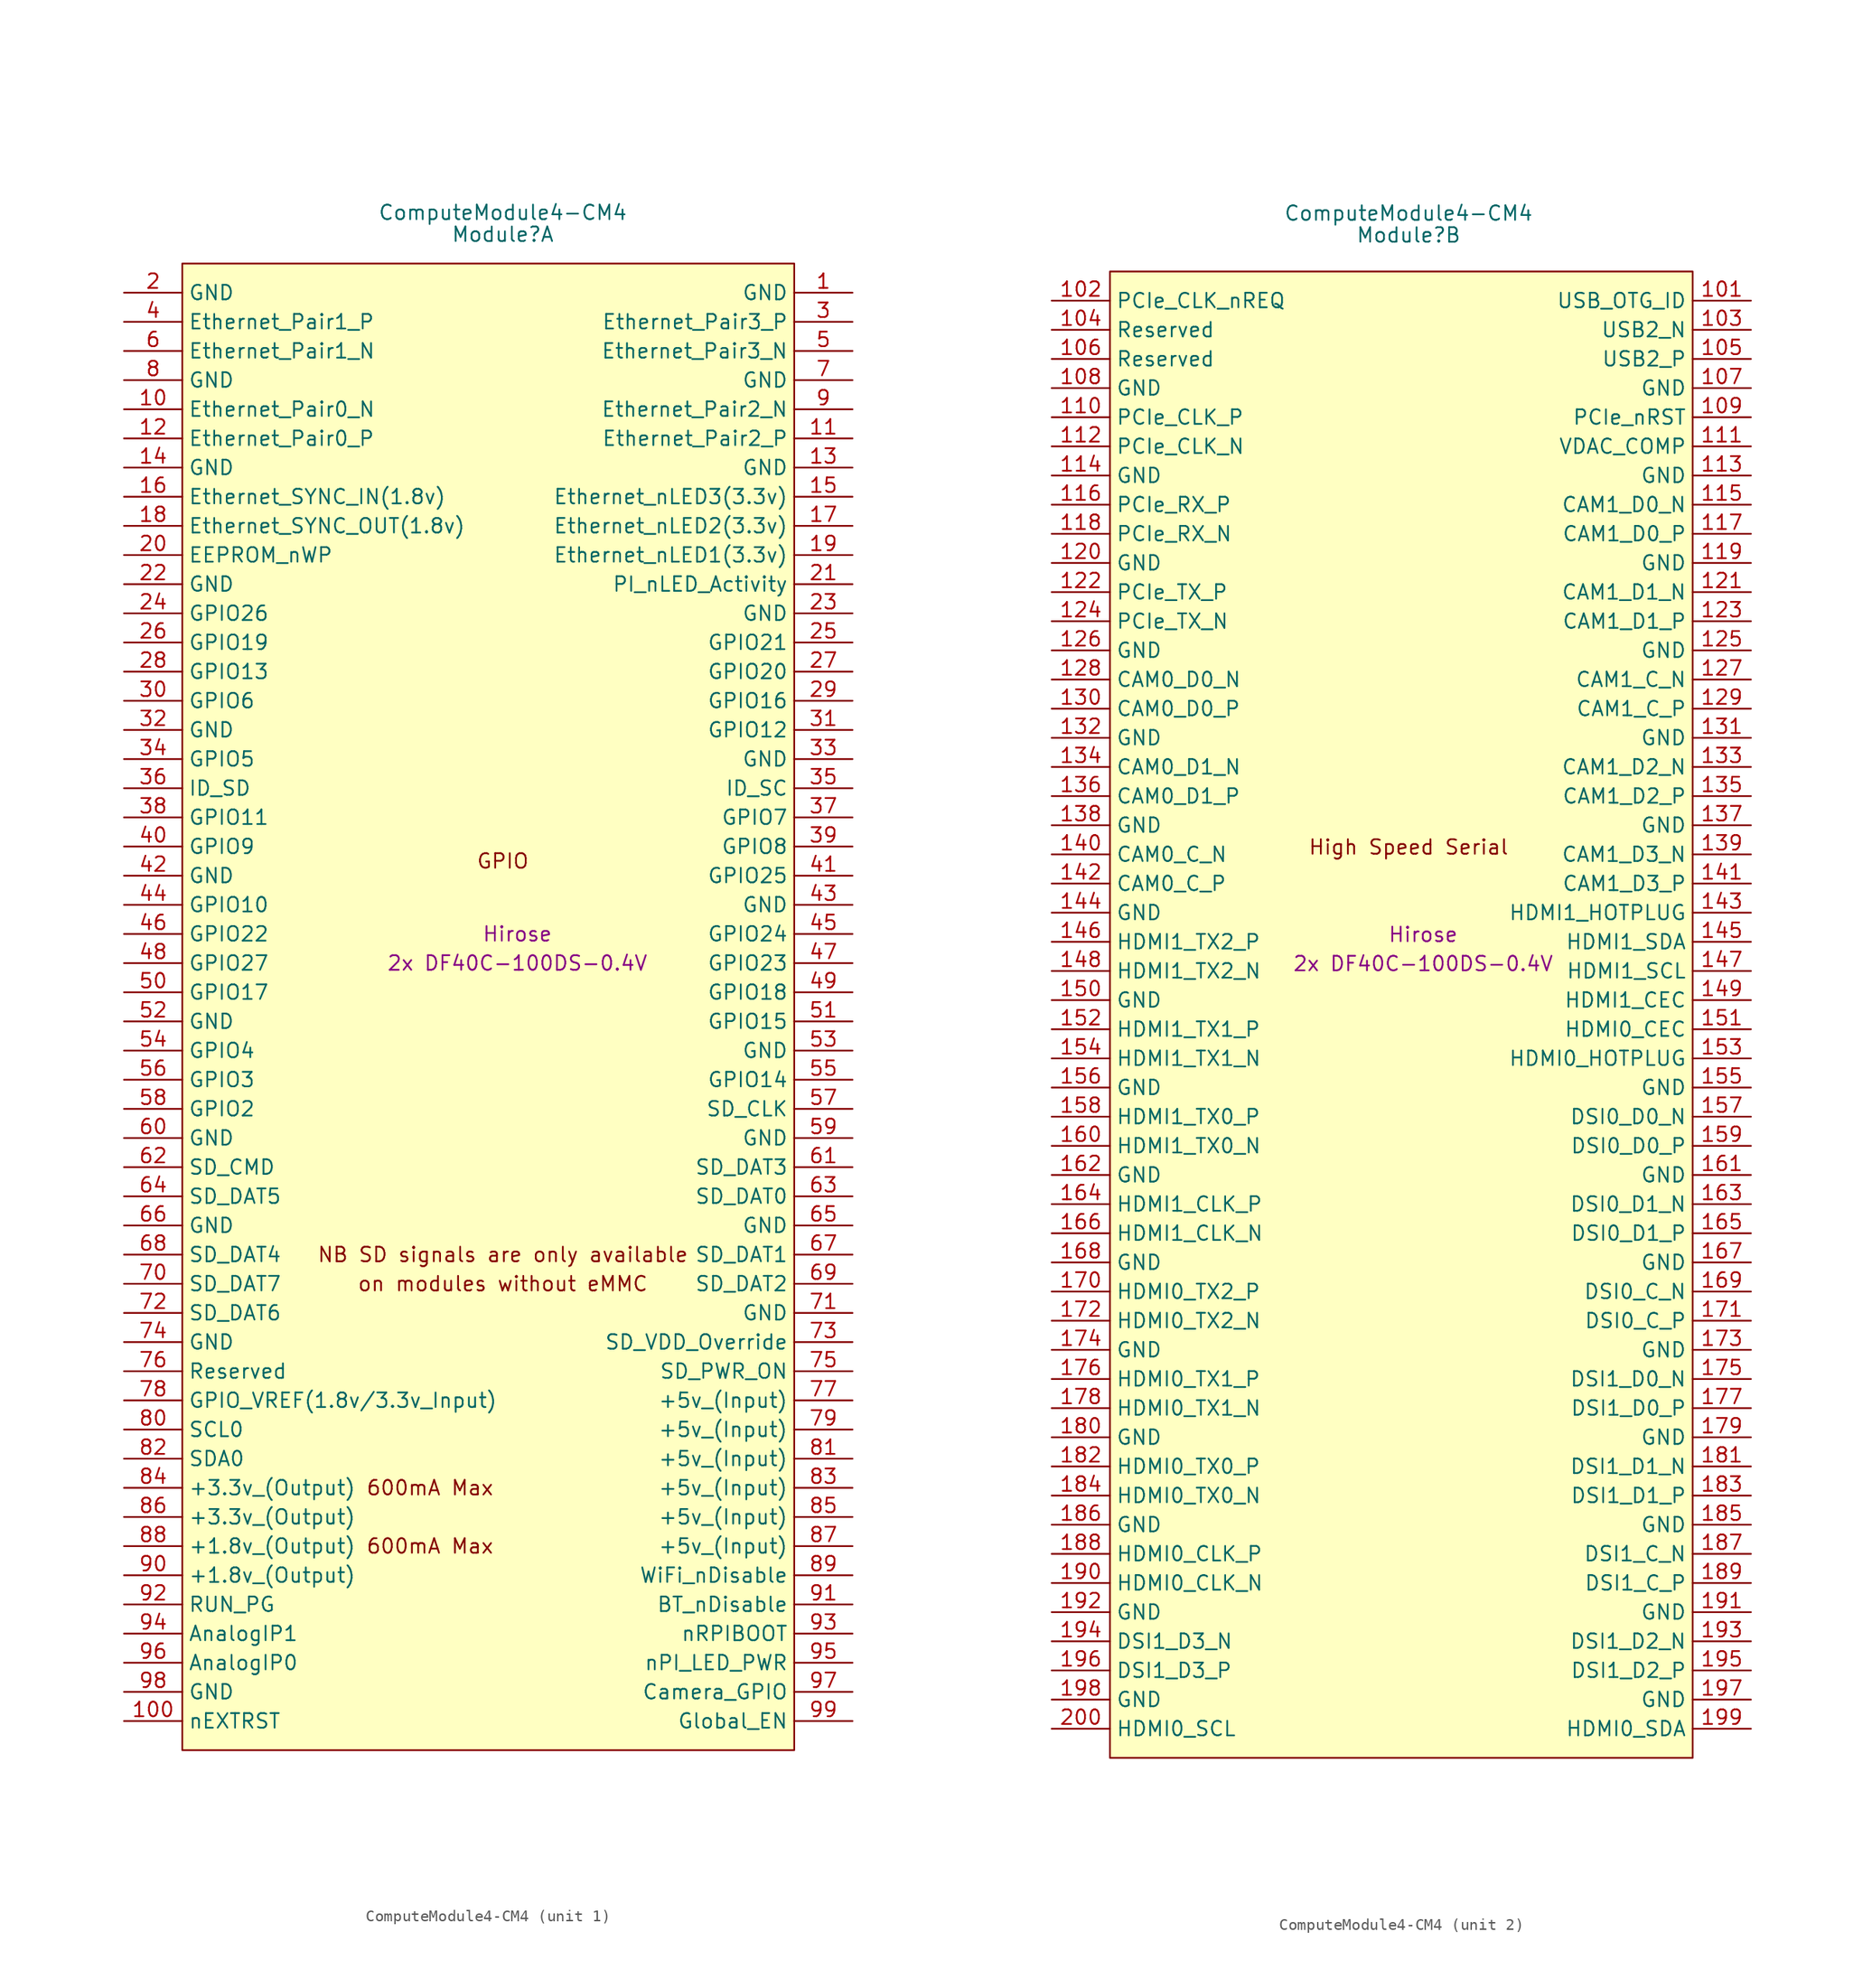
<source format=kicad_sym>
(kicad_symbol_lib
  (version 20201005)
  (generator kicad_symbol_editor)
  (symbol "CM4IO:ComputeModule4-CM4"
    (property "Reference" "Module"
      (at 0 60.96 0)
      (effects (font (size 1.27 1.27))))
    (property "Value" "ComputeModule4-CM4"
      (at 0 62.865 0)
      (effects (font (size 1.27 1.27))))
    (property "Field4" "Hirose"
      (at 1.27 0 0)
      (effects (font (size 1.27 1.27))))
    (property "Field5" "2x DF40C-100DS-0.4V"
      (at 1.27 -2.54 0)
      (effects (font (size 1.27 1.27))))
    (symbol "ComputeModule4-CM4_1_0"
      (text "GPIO" (at 0 6.35 0) (effects (font (size 1.27 1.27)))))
    (symbol "ComputeModule4-CM4_1_1"
      (text "600mA Max" (at -6.35 -53.34 0) (effects (font (size 1.27 1.27))))
      (text "600mA Max" (at -6.35 -48.26 0) (effects (font (size 1.27 1.27))))
      (text "NB SD signals are only available" (at 0 -27.94 0) (effects (font (size 1.27 1.27))))
      (text "on modules without eMMC" (at 0 -30.48 0) (effects (font (size 1.27 1.27))))
      (rectangle (start -27.94 58.42) (end 25.4 -71.12) (stroke (width 0)) (fill (type background)))
      (pin power_in line (at 30.48 55.88 180) (length 5.08) (name "GND" (effects (font (size 1.27 1.27)))) (number "1" (effects (font (size 1.27 1.27)))))
      (pin passive line (at -33.02 45.72 0) (length 5.08) (name "Ethernet_Pair0_N" (effects (font (size 1.27 1.27)))) (number "10" (effects (font (size 1.27 1.27)))))
      (pin output line (at -33.02 -68.58 0) (length 5.08) (name "nEXTRST" (effects (font (size 1.27 1.27)))) (number "100" (effects (font (size 1.27 1.27)))))
      (pin passive line (at 30.48 43.18 180) (length 5.08) (name "Ethernet_Pair2_P" (effects (font (size 1.27 1.27)))) (number "11" (effects (font (size 1.27 1.27)))))
      (pin passive line (at -33.02 43.18 0) (length 5.08) (name "Ethernet_Pair0_P" (effects (font (size 1.27 1.27)))) (number "12" (effects (font (size 1.27 1.27)))))
      (pin power_in line (at 30.48 40.64 180) (length 5.08) (name "GND" (effects (font (size 1.27 1.27)))) (number "13" (effects (font (size 1.27 1.27)))))
      (pin power_in line (at -33.02 40.64 0) (length 5.08) (name "GND" (effects (font (size 1.27 1.27)))) (number "14" (effects (font (size 1.27 1.27)))))
      (pin output line (at 30.48 38.1 180) (length 5.08) (name "Ethernet_nLED3(3.3v)" (effects (font (size 1.27 1.27)))) (number "15" (effects (font (size 1.27 1.27)))))
      (pin input line (at -33.02 38.1 0) (length 5.08) (name "Ethernet_SYNC_IN(1.8v)" (effects (font (size 1.27 1.27)))) (number "16" (effects (font (size 1.27 1.27)))))
      (pin output line (at 30.48 35.56 180) (length 5.08) (name "Ethernet_nLED2(3.3v)" (effects (font (size 1.27 1.27)))) (number "17" (effects (font (size 1.27 1.27)))))
      (pin input line (at -33.02 35.56 0) (length 5.08) (name "Ethernet_SYNC_OUT(1.8v)" (effects (font (size 1.27 1.27)))) (number "18" (effects (font (size 1.27 1.27)))))
      (pin output line (at 30.48 33.02 180) (length 5.08) (name "Ethernet_nLED1(3.3v)" (effects (font (size 1.27 1.27)))) (number "19" (effects (font (size 1.27 1.27)))))
      (pin power_in line (at -33.02 55.88 0) (length 5.08) (name "GND" (effects (font (size 1.27 1.27)))) (number "2" (effects (font (size 1.27 1.27)))))
      (pin passive line (at -33.02 33.02 0) (length 5.08) (name "EEPROM_nWP" (effects (font (size 1.27 1.27)))) (number "20" (effects (font (size 1.27 1.27)))))
      (pin open_collector line (at 30.48 30.48 180) (length 5.08) (name "PI_nLED_Activity" (effects (font (size 1.27 1.27)))) (number "21" (effects (font (size 1.27 1.27)))))
      (pin power_in line (at -33.02 30.48 0) (length 5.08) (name "GND" (effects (font (size 1.27 1.27)))) (number "22" (effects (font (size 1.27 1.27)))))
      (pin power_in line (at 30.48 27.94 180) (length 5.08) (name "GND" (effects (font (size 1.27 1.27)))) (number "23" (effects (font (size 1.27 1.27)))))
      (pin passive line (at -33.02 27.94 0) (length 5.08) (name "GPIO26" (effects (font (size 1.27 1.27)))) (number "24" (effects (font (size 1.27 1.27)))))
      (pin passive line (at 30.48 25.4 180) (length 5.08) (name "GPIO21" (effects (font (size 1.27 1.27)))) (number "25" (effects (font (size 1.27 1.27)))))
      (pin passive line (at -33.02 25.4 0) (length 5.08) (name "GPIO19" (effects (font (size 1.27 1.27)))) (number "26" (effects (font (size 1.27 1.27)))))
      (pin passive line (at 30.48 22.86 180) (length 5.08) (name "GPIO20" (effects (font (size 1.27 1.27)))) (number "27" (effects (font (size 1.27 1.27)))))
      (pin passive line (at -33.02 22.86 0) (length 5.08) (name "GPIO13" (effects (font (size 1.27 1.27)))) (number "28" (effects (font (size 1.27 1.27)))))
      (pin passive line (at 30.48 20.32 180) (length 5.08) (name "GPIO16" (effects (font (size 1.27 1.27)))) (number "29" (effects (font (size 1.27 1.27)))))
      (pin passive line (at 30.48 53.34 180) (length 5.08) (name "Ethernet_Pair3_P" (effects (font (size 1.27 1.27)))) (number "3" (effects (font (size 1.27 1.27)))))
      (pin passive line (at -33.02 20.32 0) (length 5.08) (name "GPIO6" (effects (font (size 1.27 1.27)))) (number "30" (effects (font (size 1.27 1.27)))))
      (pin passive line (at 30.48 17.78 180) (length 5.08) (name "GPIO12" (effects (font (size 1.27 1.27)))) (number "31" (effects (font (size 1.27 1.27)))))
      (pin power_in line (at -33.02 17.78 0) (length 5.08) (name "GND" (effects (font (size 1.27 1.27)))) (number "32" (effects (font (size 1.27 1.27)))))
      (pin power_in line (at 30.48 15.24 180) (length 5.08) (name "GND" (effects (font (size 1.27 1.27)))) (number "33" (effects (font (size 1.27 1.27)))))
      (pin passive line (at -33.02 15.24 0) (length 5.08) (name "GPIO5" (effects (font (size 1.27 1.27)))) (number "34" (effects (font (size 1.27 1.27)))))
      (pin passive line (at 30.48 12.7 180) (length 5.08) (name "ID_SC" (effects (font (size 1.27 1.27)))) (number "35" (effects (font (size 1.27 1.27)))))
      (pin passive line (at -33.02 12.7 0) (length 5.08) (name "ID_SD" (effects (font (size 1.27 1.27)))) (number "36" (effects (font (size 1.27 1.27)))))
      (pin passive line (at 30.48 10.16 180) (length 5.08) (name "GPIO7" (effects (font (size 1.27 1.27)))) (number "37" (effects (font (size 1.27 1.27)))))
      (pin passive line (at -33.02 10.16 0) (length 5.08) (name "GPIO11" (effects (font (size 1.27 1.27)))) (number "38" (effects (font (size 1.27 1.27)))))
      (pin passive line (at 30.48 7.62 180) (length 5.08) (name "GPIO8" (effects (font (size 1.27 1.27)))) (number "39" (effects (font (size 1.27 1.27)))))
      (pin passive line (at -33.02 53.34 0) (length 5.08) (name "Ethernet_Pair1_P" (effects (font (size 1.27 1.27)))) (number "4" (effects (font (size 1.27 1.27)))))
      (pin passive line (at -33.02 7.62 0) (length 5.08) (name "GPIO9" (effects (font (size 1.27 1.27)))) (number "40" (effects (font (size 1.27 1.27)))))
      (pin passive line (at 30.48 5.08 180) (length 5.08) (name "GPIO25" (effects (font (size 1.27 1.27)))) (number "41" (effects (font (size 1.27 1.27)))))
      (pin power_in line (at -33.02 5.08 0) (length 5.08) (name "GND" (effects (font (size 1.27 1.27)))) (number "42" (effects (font (size 1.27 1.27)))))
      (pin power_in line (at 30.48 2.54 180) (length 5.08) (name "GND" (effects (font (size 1.27 1.27)))) (number "43" (effects (font (size 1.27 1.27)))))
      (pin passive line (at -33.02 2.54 0) (length 5.08) (name "GPIO10" (effects (font (size 1.27 1.27)))) (number "44" (effects (font (size 1.27 1.27)))))
      (pin passive line (at 30.48 0 180) (length 5.08) (name "GPIO24" (effects (font (size 1.27 1.27)))) (number "45" (effects (font (size 1.27 1.27)))))
      (pin passive line (at -33.02 0 0) (length 5.08) (name "GPIO22" (effects (font (size 1.27 1.27)))) (number "46" (effects (font (size 1.27 1.27)))))
      (pin passive line (at 30.48 -2.54 180) (length 5.08) (name "GPIO23" (effects (font (size 1.27 1.27)))) (number "47" (effects (font (size 1.27 1.27)))))
      (pin passive line (at -33.02 -2.54 0) (length 5.08) (name "GPIO27" (effects (font (size 1.27 1.27)))) (number "48" (effects (font (size 1.27 1.27)))))
      (pin passive line (at 30.48 -5.08 180) (length 5.08) (name "GPIO18" (effects (font (size 1.27 1.27)))) (number "49" (effects (font (size 1.27 1.27)))))
      (pin passive line (at 30.48 50.8 180) (length 5.08) (name "Ethernet_Pair3_N" (effects (font (size 1.27 1.27)))) (number "5" (effects (font (size 1.27 1.27)))))
      (pin passive line (at -33.02 -5.08 0) (length 5.08) (name "GPIO17" (effects (font (size 1.27 1.27)))) (number "50" (effects (font (size 1.27 1.27)))))
      (pin passive line (at 30.48 -7.62 180) (length 5.08) (name "GPIO15" (effects (font (size 1.27 1.27)))) (number "51" (effects (font (size 1.27 1.27)))))
      (pin power_in line (at -33.02 -7.62 0) (length 5.08) (name "GND" (effects (font (size 1.27 1.27)))) (number "52" (effects (font (size 1.27 1.27)))))
      (pin power_in line (at 30.48 -10.16 180) (length 5.08) (name "GND" (effects (font (size 1.27 1.27)))) (number "53" (effects (font (size 1.27 1.27)))))
      (pin passive line (at -33.02 -10.16 0) (length 5.08) (name "GPIO4" (effects (font (size 1.27 1.27)))) (number "54" (effects (font (size 1.27 1.27)))))
      (pin passive line (at 30.48 -12.7 180) (length 5.08) (name "GPIO14" (effects (font (size 1.27 1.27)))) (number "55" (effects (font (size 1.27 1.27)))))
      (pin passive line (at -33.02 -12.7 0) (length 5.08) (name "GPIO3" (effects (font (size 1.27 1.27)))) (number "56" (effects (font (size 1.27 1.27)))))
      (pin passive line (at 30.48 -15.24 180) (length 5.08) (name "SD_CLK" (effects (font (size 1.27 1.27)))) (number "57" (effects (font (size 1.27 1.27)))))
      (pin passive line (at -33.02 -15.24 0) (length 5.08) (name "GPIO2" (effects (font (size 1.27 1.27)))) (number "58" (effects (font (size 1.27 1.27)))))
      (pin power_in line (at 30.48 -17.78 180) (length 5.08) (name "GND" (effects (font (size 1.27 1.27)))) (number "59" (effects (font (size 1.27 1.27)))))
      (pin passive line (at -33.02 50.8 0) (length 5.08) (name "Ethernet_Pair1_N" (effects (font (size 1.27 1.27)))) (number "6" (effects (font (size 1.27 1.27)))))
      (pin power_in line (at -33.02 -17.78 0) (length 5.08) (name "GND" (effects (font (size 1.27 1.27)))) (number "60" (effects (font (size 1.27 1.27)))))
      (pin passive line (at 30.48 -20.32 180) (length 5.08) (name "SD_DAT3" (effects (font (size 1.27 1.27)))) (number "61" (effects (font (size 1.27 1.27)))))
      (pin passive line (at -33.02 -20.32 0) (length 5.08) (name "SD_CMD" (effects (font (size 1.27 1.27)))) (number "62" (effects (font (size 1.27 1.27)))))
      (pin passive line (at 30.48 -22.86 180) (length 5.08) (name "SD_DAT0" (effects (font (size 1.27 1.27)))) (number "63" (effects (font (size 1.27 1.27)))))
      (pin passive line (at -33.02 -22.86 0) (length 5.08) (name "SD_DAT5" (effects (font (size 1.27 1.27)))) (number "64" (effects (font (size 1.27 1.27)))))
      (pin power_in line (at 30.48 -25.4 180) (length 5.08) (name "GND" (effects (font (size 1.27 1.27)))) (number "65" (effects (font (size 1.27 1.27)))))
      (pin power_in line (at -33.02 -25.4 0) (length 5.08) (name "GND" (effects (font (size 1.27 1.27)))) (number "66" (effects (font (size 1.27 1.27)))))
      (pin passive line (at 30.48 -27.94 180) (length 5.08) (name "SD_DAT1" (effects (font (size 1.27 1.27)))) (number "67" (effects (font (size 1.27 1.27)))))
      (pin passive line (at -33.02 -27.94 0) (length 5.08) (name "SD_DAT4" (effects (font (size 1.27 1.27)))) (number "68" (effects (font (size 1.27 1.27)))))
      (pin passive line (at 30.48 -30.48 180) (length 5.08) (name "SD_DAT2" (effects (font (size 1.27 1.27)))) (number "69" (effects (font (size 1.27 1.27)))))
      (pin power_in line (at 30.48 48.26 180) (length 5.08) (name "GND" (effects (font (size 1.27 1.27)))) (number "7" (effects (font (size 1.27 1.27)))))
      (pin passive line (at -33.02 -30.48 0) (length 5.08) (name "SD_DAT7" (effects (font (size 1.27 1.27)))) (number "70" (effects (font (size 1.27 1.27)))))
      (pin power_in line (at 30.48 -33.02 180) (length 5.08) (name "GND" (effects (font (size 1.27 1.27)))) (number "71" (effects (font (size 1.27 1.27)))))
      (pin passive line (at -33.02 -33.02 0) (length 5.08) (name "SD_DAT6" (effects (font (size 1.27 1.27)))) (number "72" (effects (font (size 1.27 1.27)))))
      (pin input line (at 30.48 -35.56 180) (length 5.08) (name "SD_VDD_Override" (effects (font (size 1.27 1.27)))) (number "73" (effects (font (size 1.27 1.27)))))
      (pin power_in line (at -33.02 -35.56 0) (length 5.08) (name "GND" (effects (font (size 1.27 1.27)))) (number "74" (effects (font (size 1.27 1.27)))))
      (pin output line (at 30.48 -38.1 180) (length 5.08) (name "SD_PWR_ON" (effects (font (size 1.27 1.27)))) (number "75" (effects (font (size 1.27 1.27)))))
      (pin passive line (at -33.02 -38.1 0) (length 5.08) (name "Reserved" (effects (font (size 1.27 1.27)))) (number "76" (effects (font (size 1.27 1.27)))))
      (pin power_in line (at 30.48 -40.64 180) (length 5.08) (name "+5v_(Input)" (effects (font (size 1.27 1.27)))) (number "77" (effects (font (size 1.27 1.27)))))
      (pin power_in line (at -33.02 -40.64 0) (length 5.08) (name "GPIO_VREF(1.8v/3.3v_Input)" (effects (font (size 1.27 1.27)))) (number "78" (effects (font (size 1.27 1.27)))))
      (pin power_in line (at 30.48 -43.18 180) (length 5.08) (name "+5v_(Input)" (effects (font (size 1.27 1.27)))) (number "79" (effects (font (size 1.27 1.27)))))
      (pin power_in line (at -33.02 48.26 0) (length 5.08) (name "GND" (effects (font (size 1.27 1.27)))) (number "8" (effects (font (size 1.27 1.27)))))
      (pin passive line (at -33.02 -43.18 0) (length 5.08) (name "SCL0" (effects (font (size 1.27 1.27)))) (number "80" (effects (font (size 1.27 1.27)))))
      (pin power_in line (at 30.48 -45.72 180) (length 5.08) (name "+5v_(Input)" (effects (font (size 1.27 1.27)))) (number "81" (effects (font (size 1.27 1.27)))))
      (pin passive line (at -33.02 -45.72 0) (length 5.08) (name "SDA0" (effects (font (size 1.27 1.27)))) (number "82" (effects (font (size 1.27 1.27)))))
      (pin power_in line (at 30.48 -48.26 180) (length 5.08) (name "+5v_(Input)" (effects (font (size 1.27 1.27)))) (number "83" (effects (font (size 1.27 1.27)))))
      (pin power_out line (at -33.02 -48.26 0) (length 5.08) (name "+3.3v_(Output)" (effects (font (size 1.27 1.27)))) (number "84" (effects (font (size 1.27 1.27)))))
      (pin power_in line (at 30.48 -50.8 180) (length 5.08) (name "+5v_(Input)" (effects (font (size 1.27 1.27)))) (number "85" (effects (font (size 1.27 1.27)))))
      (pin power_out line (at -33.02 -50.8 0) (length 5.08) (name "+3.3v_(Output)" (effects (font (size 1.27 1.27)))) (number "86" (effects (font (size 1.27 1.27)))))
      (pin power_in line (at 30.48 -53.34 180) (length 5.08) (name "+5v_(Input)" (effects (font (size 1.27 1.27)))) (number "87" (effects (font (size 1.27 1.27)))))
      (pin power_out line (at -33.02 -53.34 0) (length 5.08) (name "+1.8v_(Output)" (effects (font (size 1.27 1.27)))) (number "88" (effects (font (size 1.27 1.27)))))
      (pin power_in line (at 30.48 -55.88 180) (length 5.08) (name "WiFi_nDisable" (effects (font (size 1.27 1.27)))) (number "89" (effects (font (size 1.27 1.27)))))
      (pin passive line (at 30.48 45.72 180) (length 5.08) (name "Ethernet_Pair2_N" (effects (font (size 1.27 1.27)))) (number "9" (effects (font (size 1.27 1.27)))))
      (pin power_out line (at -33.02 -55.88 0) (length 5.08) (name "+1.8v_(Output)" (effects (font (size 1.27 1.27)))) (number "90" (effects (font (size 1.27 1.27)))))
      (pin power_in line (at 30.48 -58.42 180) (length 5.08) (name "BT_nDisable" (effects (font (size 1.27 1.27)))) (number "91" (effects (font (size 1.27 1.27)))))
      (pin passive line (at -33.02 -58.42 0) (length 5.08) (name "RUN_PG" (effects (font (size 1.27 1.27)))) (number "92" (effects (font (size 1.27 1.27)))))
      (pin input line (at 30.48 -60.96 180) (length 5.08) (name "nRPIBOOT" (effects (font (size 1.27 1.27)))) (number "93" (effects (font (size 1.27 1.27)))))
      (pin passive line (at -33.02 -60.96 0) (length 5.08) (name "AnalogIP1" (effects (font (size 1.27 1.27)))) (number "94" (effects (font (size 1.27 1.27)))))
      (pin output line (at 30.48 -63.5 180) (length 5.08) (name "nPI_LED_PWR" (effects (font (size 1.27 1.27)))) (number "95" (effects (font (size 1.27 1.27)))))
      (pin passive line (at -33.02 -63.5 0) (length 5.08) (name "AnalogIP0" (effects (font (size 1.27 1.27)))) (number "96" (effects (font (size 1.27 1.27)))))
      (pin passive line (at 30.48 -66.04 180) (length 5.08) (name "Camera_GPIO" (effects (font (size 1.27 1.27)))) (number "97" (effects (font (size 1.27 1.27)))))
      (pin power_in line (at -33.02 -66.04 0) (length 5.08) (name "GND" (effects (font (size 1.27 1.27)))) (number "98" (effects (font (size 1.27 1.27)))))
      (pin input line (at 30.48 -68.58 180) (length 5.08) (name "Global_EN" (effects (font (size 1.27 1.27)))) (number "99" (effects (font (size 1.27 1.27))))))
    (symbol "ComputeModule4-CM4_2_1"
      (text "High Speed Serial" (at 0 7.62 0) (effects (font (size 1.27 1.27))))
      (rectangle (start -26.035 -71.755) (end 24.765 57.785) (stroke (width 0)) (fill (type background)))
      (pin input line (at 29.845 55.245 180) (length 5.08) (name "USB_OTG_ID" (effects (font (size 1.27 1.27)))) (number "101" (effects (font (size 1.27 1.27)))))
      (pin input line (at -31.115 55.245 0) (length 5.08) (name "PCIe_CLK_nREQ" (effects (font (size 1.27 1.27)))) (number "102" (effects (font (size 1.27 1.27)))))
      (pin passive line (at 29.845 52.705 180) (length 5.08) (name "USB2_N" (effects (font (size 1.27 1.27)))) (number "103" (effects (font (size 1.27 1.27)))))
      (pin passive line (at -31.115 52.705 0) (length 5.08) (name "Reserved" (effects (font (size 1.27 1.27)))) (number "104" (effects (font (size 1.27 1.27)))))
      (pin passive line (at 29.845 50.165 180) (length 5.08) (name "USB2_P" (effects (font (size 1.27 1.27)))) (number "105" (effects (font (size 1.27 1.27)))))
      (pin passive line (at -31.115 50.165 0) (length 5.08) (name "Reserved" (effects (font (size 1.27 1.27)))) (number "106" (effects (font (size 1.27 1.27)))))
      (pin power_in line (at 29.845 47.625 180) (length 5.08) (name "GND" (effects (font (size 1.27 1.27)))) (number "107" (effects (font (size 1.27 1.27)))))
      (pin power_in line (at -31.115 47.625 0) (length 5.08) (name "GND" (effects (font (size 1.27 1.27)))) (number "108" (effects (font (size 1.27 1.27)))))
      (pin bidirectional line (at 29.845 45.085 180) (length 5.08) (name "PCIe_nRST" (effects (font (size 1.27 1.27)))) (number "109" (effects (font (size 1.27 1.27)))))
      (pin output line (at -31.115 45.085 0) (length 5.08) (name "PCIe_CLK_P" (effects (font (size 1.27 1.27)))) (number "110" (effects (font (size 1.27 1.27)))))
      (pin passive line (at 29.845 42.545 180) (length 5.08) (name "VDAC_COMP" (effects (font (size 1.27 1.27)))) (number "111" (effects (font (size 1.27 1.27)))))
      (pin output line (at -31.115 42.545 0) (length 5.08) (name "PCIe_CLK_N" (effects (font (size 1.27 1.27)))) (number "112" (effects (font (size 1.27 1.27)))))
      (pin power_in line (at 29.845 40.005 180) (length 5.08) (name "GND" (effects (font (size 1.27 1.27)))) (number "113" (effects (font (size 1.27 1.27)))))
      (pin power_in line (at -31.115 40.005 0) (length 5.08) (name "GND" (effects (font (size 1.27 1.27)))) (number "114" (effects (font (size 1.27 1.27)))))
      (pin input line (at 29.845 37.465 180) (length 5.08) (name "CAM1_D0_N" (effects (font (size 1.27 1.27)))) (number "115" (effects (font (size 1.27 1.27)))))
      (pin input line (at -31.115 37.465 0) (length 5.08) (name "PCIe_RX_P" (effects (font (size 1.27 1.27)))) (number "116" (effects (font (size 1.27 1.27)))))
      (pin input line (at 29.845 34.925 180) (length 5.08) (name "CAM1_D0_P" (effects (font (size 1.27 1.27)))) (number "117" (effects (font (size 1.27 1.27)))))
      (pin input line (at -31.115 34.925 0) (length 5.08) (name "PCIe_RX_N" (effects (font (size 1.27 1.27)))) (number "118" (effects (font (size 1.27 1.27)))))
      (pin power_in line (at 29.845 32.385 180) (length 5.08) (name "GND" (effects (font (size 1.27 1.27)))) (number "119" (effects (font (size 1.27 1.27)))))
      (pin power_in line (at -31.115 32.385 0) (length 5.08) (name "GND" (effects (font (size 1.27 1.27)))) (number "120" (effects (font (size 1.27 1.27)))))
      (pin input line (at 29.845 29.845 180) (length 5.08) (name "CAM1_D1_N" (effects (font (size 1.27 1.27)))) (number "121" (effects (font (size 1.27 1.27)))))
      (pin output line (at -31.115 29.845 0) (length 5.08) (name "PCIe_TX_P" (effects (font (size 1.27 1.27)))) (number "122" (effects (font (size 1.27 1.27)))))
      (pin input line (at 29.845 27.305 180) (length 5.08) (name "CAM1_D1_P" (effects (font (size 1.27 1.27)))) (number "123" (effects (font (size 1.27 1.27)))))
      (pin output line (at -31.115 27.305 0) (length 5.08) (name "PCIe_TX_N" (effects (font (size 1.27 1.27)))) (number "124" (effects (font (size 1.27 1.27)))))
      (pin power_in line (at 29.845 24.765 180) (length 5.08) (name "GND" (effects (font (size 1.27 1.27)))) (number "125" (effects (font (size 1.27 1.27)))))
      (pin power_in line (at -31.115 24.765 0) (length 5.08) (name "GND" (effects (font (size 1.27 1.27)))) (number "126" (effects (font (size 1.27 1.27)))))
      (pin input line (at 29.845 22.225 180) (length 5.08) (name "CAM1_C_N" (effects (font (size 1.27 1.27)))) (number "127" (effects (font (size 1.27 1.27)))))
      (pin input line (at -31.115 22.225 0) (length 5.08) (name "CAM0_D0_N" (effects (font (size 1.27 1.27)))) (number "128" (effects (font (size 1.27 1.27)))))
      (pin input line (at 29.845 19.685 180) (length 5.08) (name "CAM1_C_P" (effects (font (size 1.27 1.27)))) (number "129" (effects (font (size 1.27 1.27)))))
      (pin input line (at -31.115 19.685 0) (length 5.08) (name "CAM0_D0_P" (effects (font (size 1.27 1.27)))) (number "130" (effects (font (size 1.27 1.27)))))
      (pin power_in line (at 29.845 17.145 180) (length 5.08) (name "GND" (effects (font (size 1.27 1.27)))) (number "131" (effects (font (size 1.27 1.27)))))
      (pin power_in line (at -31.115 17.145 0) (length 5.08) (name "GND" (effects (font (size 1.27 1.27)))) (number "132" (effects (font (size 1.27 1.27)))))
      (pin input line (at 29.845 14.605 180) (length 5.08) (name "CAM1_D2_N" (effects (font (size 1.27 1.27)))) (number "133" (effects (font (size 1.27 1.27)))))
      (pin input line (at -31.115 14.605 0) (length 5.08) (name "CAM0_D1_N" (effects (font (size 1.27 1.27)))) (number "134" (effects (font (size 1.27 1.27)))))
      (pin input line (at 29.845 12.065 180) (length 5.08) (name "CAM1_D2_P" (effects (font (size 1.27 1.27)))) (number "135" (effects (font (size 1.27 1.27)))))
      (pin input line (at -31.115 12.065 0) (length 5.08) (name "CAM0_D1_P" (effects (font (size 1.27 1.27)))) (number "136" (effects (font (size 1.27 1.27)))))
      (pin power_in line (at 29.845 9.525 180) (length 5.08) (name "GND" (effects (font (size 1.27 1.27)))) (number "137" (effects (font (size 1.27 1.27)))))
      (pin power_in line (at -31.115 9.525 0) (length 5.08) (name "GND" (effects (font (size 1.27 1.27)))) (number "138" (effects (font (size 1.27 1.27)))))
      (pin input line (at 29.845 6.985 180) (length 5.08) (name "CAM1_D3_N" (effects (font (size 1.27 1.27)))) (number "139" (effects (font (size 1.27 1.27)))))
      (pin input line (at -31.115 6.985 0) (length 5.08) (name "CAM0_C_N" (effects (font (size 1.27 1.27)))) (number "140" (effects (font (size 1.27 1.27)))))
      (pin input line (at 29.845 4.445 180) (length 5.08) (name "CAM1_D3_P" (effects (font (size 1.27 1.27)))) (number "141" (effects (font (size 1.27 1.27)))))
      (pin input line (at -31.115 4.445 0) (length 5.08) (name "CAM0_C_P" (effects (font (size 1.27 1.27)))) (number "142" (effects (font (size 1.27 1.27)))))
      (pin input line (at 29.845 1.905 180) (length 5.08) (name "HDMI1_HOTPLUG" (effects (font (size 1.27 1.27)))) (number "143" (effects (font (size 1.27 1.27)))))
      (pin power_in line (at -31.115 1.905 0) (length 5.08) (name "GND" (effects (font (size 1.27 1.27)))) (number "144" (effects (font (size 1.27 1.27)))))
      (pin bidirectional line (at 29.845 -0.635 180) (length 5.08) (name "HDMI1_SDA" (effects (font (size 1.27 1.27)))) (number "145" (effects (font (size 1.27 1.27)))))
      (pin output line (at -31.115 -0.635 0) (length 5.08) (name "HDMI1_TX2_P" (effects (font (size 1.27 1.27)))) (number "146" (effects (font (size 1.27 1.27)))))
      (pin open_collector line (at 29.845 -3.175 180) (length 5.08) (name "HDMI1_SCL" (effects (font (size 1.27 1.27)))) (number "147" (effects (font (size 1.27 1.27)))))
      (pin output line (at -31.115 -3.175 0) (length 5.08) (name "HDMI1_TX2_N" (effects (font (size 1.27 1.27)))) (number "148" (effects (font (size 1.27 1.27)))))
      (pin open_collector line (at 29.845 -5.715 180) (length 5.08) (name "HDMI1_CEC" (effects (font (size 1.27 1.27)))) (number "149" (effects (font (size 1.27 1.27)))))
      (pin power_in line (at -31.115 -5.715 0) (length 5.08) (name "GND" (effects (font (size 1.27 1.27)))) (number "150" (effects (font (size 1.27 1.27)))))
      (pin open_collector line (at 29.845 -8.255 180) (length 5.08) (name "HDMI0_CEC" (effects (font (size 1.27 1.27)))) (number "151" (effects (font (size 1.27 1.27)))))
      (pin output line (at -31.115 -8.255 0) (length 5.08) (name "HDMI1_TX1_P" (effects (font (size 1.27 1.27)))) (number "152" (effects (font (size 1.27 1.27)))))
      (pin input line (at 29.845 -10.795 180) (length 5.08) (name "HDMI0_HOTPLUG" (effects (font (size 1.27 1.27)))) (number "153" (effects (font (size 1.27 1.27)))))
      (pin output line (at -31.115 -10.795 0) (length 5.08) (name "HDMI1_TX1_N" (effects (font (size 1.27 1.27)))) (number "154" (effects (font (size 1.27 1.27)))))
      (pin power_in line (at 29.845 -13.335 180) (length 5.08) (name "GND" (effects (font (size 1.27 1.27)))) (number "155" (effects (font (size 1.27 1.27)))))
      (pin power_in line (at -31.115 -13.335 0) (length 5.08) (name "GND" (effects (font (size 1.27 1.27)))) (number "156" (effects (font (size 1.27 1.27)))))
      (pin output line (at 29.845 -15.875 180) (length 5.08) (name "DSI0_D0_N" (effects (font (size 1.27 1.27)))) (number "157" (effects (font (size 1.27 1.27)))))
      (pin output line (at -31.115 -15.875 0) (length 5.08) (name "HDMI1_TX0_P" (effects (font (size 1.27 1.27)))) (number "158" (effects (font (size 1.27 1.27)))))
      (pin output line (at 29.845 -18.415 180) (length 5.08) (name "DSI0_D0_P" (effects (font (size 1.27 1.27)))) (number "159" (effects (font (size 1.27 1.27)))))
      (pin output line (at -31.115 -18.415 0) (length 5.08) (name "HDMI1_TX0_N" (effects (font (size 1.27 1.27)))) (number "160" (effects (font (size 1.27 1.27)))))
      (pin power_in line (at 29.845 -20.955 180) (length 5.08) (name "GND" (effects (font (size 1.27 1.27)))) (number "161" (effects (font (size 1.27 1.27)))))
      (pin power_in line (at -31.115 -20.955 0) (length 5.08) (name "GND" (effects (font (size 1.27 1.27)))) (number "162" (effects (font (size 1.27 1.27)))))
      (pin output line (at 29.845 -23.495 180) (length 5.08) (name "DSI0_D1_N" (effects (font (size 1.27 1.27)))) (number "163" (effects (font (size 1.27 1.27)))))
      (pin output line (at -31.115 -23.495 0) (length 5.08) (name "HDMI1_CLK_P" (effects (font (size 1.27 1.27)))) (number "164" (effects (font (size 1.27 1.27)))))
      (pin output line (at 29.845 -26.035 180) (length 5.08) (name "DSI0_D1_P" (effects (font (size 1.27 1.27)))) (number "165" (effects (font (size 1.27 1.27)))))
      (pin output line (at -31.115 -26.035 0) (length 5.08) (name "HDMI1_CLK_N" (effects (font (size 1.27 1.27)))) (number "166" (effects (font (size 1.27 1.27)))))
      (pin power_in line (at 29.845 -28.575 180) (length 5.08) (name "GND" (effects (font (size 1.27 1.27)))) (number "167" (effects (font (size 1.27 1.27)))))
      (pin power_in line (at -31.115 -28.575 0) (length 5.08) (name "GND" (effects (font (size 1.27 1.27)))) (number "168" (effects (font (size 1.27 1.27)))))
      (pin output line (at 29.845 -31.115 180) (length 5.08) (name "DSI0_C_N" (effects (font (size 1.27 1.27)))) (number "169" (effects (font (size 1.27 1.27)))))
      (pin output line (at -31.115 -31.115 0) (length 5.08) (name "HDMI0_TX2_P" (effects (font (size 1.27 1.27)))) (number "170" (effects (font (size 1.27 1.27)))))
      (pin output line (at 29.845 -33.655 180) (length 5.08) (name "DSI0_C_P" (effects (font (size 1.27 1.27)))) (number "171" (effects (font (size 1.27 1.27)))))
      (pin output line (at -31.115 -33.655 0) (length 5.08) (name "HDMI0_TX2_N" (effects (font (size 1.27 1.27)))) (number "172" (effects (font (size 1.27 1.27)))))
      (pin power_in line (at 29.845 -36.195 180) (length 5.08) (name "GND" (effects (font (size 1.27 1.27)))) (number "173" (effects (font (size 1.27 1.27)))))
      (pin power_in line (at -31.115 -36.195 0) (length 5.08) (name "GND" (effects (font (size 1.27 1.27)))) (number "174" (effects (font (size 1.27 1.27)))))
      (pin output line (at 29.845 -38.735 180) (length 5.08) (name "DSI1_D0_N" (effects (font (size 1.27 1.27)))) (number "175" (effects (font (size 1.27 1.27)))))
      (pin output line (at -31.115 -38.735 0) (length 5.08) (name "HDMI0_TX1_P" (effects (font (size 1.27 1.27)))) (number "176" (effects (font (size 1.27 1.27)))))
      (pin output line (at 29.845 -41.275 180) (length 5.08) (name "DSI1_D0_P" (effects (font (size 1.27 1.27)))) (number "177" (effects (font (size 1.27 1.27)))))
      (pin output line (at -31.115 -41.275 0) (length 5.08) (name "HDMI0_TX1_N" (effects (font (size 1.27 1.27)))) (number "178" (effects (font (size 1.27 1.27)))))
      (pin power_in line (at 29.845 -43.815 180) (length 5.08) (name "GND" (effects (font (size 1.27 1.27)))) (number "179" (effects (font (size 1.27 1.27)))))
      (pin power_in line (at -31.115 -43.815 0) (length 5.08) (name "GND" (effects (font (size 1.27 1.27)))) (number "180" (effects (font (size 1.27 1.27)))))
      (pin output line (at 29.845 -46.355 180) (length 5.08) (name "DSI1_D1_N" (effects (font (size 1.27 1.27)))) (number "181" (effects (font (size 1.27 1.27)))))
      (pin output line (at -31.115 -46.355 0) (length 5.08) (name "HDMI0_TX0_P" (effects (font (size 1.27 1.27)))) (number "182" (effects (font (size 1.27 1.27)))))
      (pin output line (at 29.845 -48.895 180) (length 5.08) (name "DSI1_D1_P" (effects (font (size 1.27 1.27)))) (number "183" (effects (font (size 1.27 1.27)))))
      (pin output line (at -31.115 -48.895 0) (length 5.08) (name "HDMI0_TX0_N" (effects (font (size 1.27 1.27)))) (number "184" (effects (font (size 1.27 1.27)))))
      (pin power_in line (at 29.845 -51.435 180) (length 5.08) (name "GND" (effects (font (size 1.27 1.27)))) (number "185" (effects (font (size 1.27 1.27)))))
      (pin power_in line (at -31.115 -51.435 0) (length 5.08) (name "GND" (effects (font (size 1.27 1.27)))) (number "186" (effects (font (size 1.27 1.27)))))
      (pin output line (at 29.845 -53.975 180) (length 5.08) (name "DSI1_C_N" (effects (font (size 1.27 1.27)))) (number "187" (effects (font (size 1.27 1.27)))))
      (pin output line (at -31.115 -53.975 0) (length 5.08) (name "HDMI0_CLK_P" (effects (font (size 1.27 1.27)))) (number "188" (effects (font (size 1.27 1.27)))))
      (pin output line (at 29.845 -56.515 180) (length 5.08) (name "DSI1_C_P" (effects (font (size 1.27 1.27)))) (number "189" (effects (font (size 1.27 1.27)))))
      (pin output line (at -31.115 -56.515 0) (length 5.08) (name "HDMI0_CLK_N" (effects (font (size 1.27 1.27)))) (number "190" (effects (font (size 1.27 1.27)))))
      (pin power_in line (at 29.845 -59.055 180) (length 5.08) (name "GND" (effects (font (size 1.27 1.27)))) (number "191" (effects (font (size 1.27 1.27)))))
      (pin power_in line (at -31.115 -59.055 0) (length 5.08) (name "GND" (effects (font (size 1.27 1.27)))) (number "192" (effects (font (size 1.27 1.27)))))
      (pin output line (at 29.845 -61.595 180) (length 5.08) (name "DSI1_D2_N" (effects (font (size 1.27 1.27)))) (number "193" (effects (font (size 1.27 1.27)))))
      (pin output line (at -31.115 -61.595 0) (length 5.08) (name "DSI1_D3_N" (effects (font (size 1.27 1.27)))) (number "194" (effects (font (size 1.27 1.27)))))
      (pin output line (at 29.845 -64.135 180) (length 5.08) (name "DSI1_D2_P" (effects (font (size 1.27 1.27)))) (number "195" (effects (font (size 1.27 1.27)))))
      (pin output line (at -31.115 -64.135 0) (length 5.08) (name "DSI1_D3_P" (effects (font (size 1.27 1.27)))) (number "196" (effects (font (size 1.27 1.27)))))
      (pin power_in line (at 29.845 -66.675 180) (length 5.08) (name "GND" (effects (font (size 1.27 1.27)))) (number "197" (effects (font (size 1.27 1.27)))))
      (pin power_in line (at -31.115 -66.675 0) (length 5.08) (name "GND" (effects (font (size 1.27 1.27)))) (number "198" (effects (font (size 1.27 1.27)))))
      (pin bidirectional line (at 29.845 -69.215 180) (length 5.08) (name "HDMI0_SDA" (effects (font (size 1.27 1.27)))) (number "199" (effects (font (size 1.27 1.27)))))
      (pin open_collector line (at -31.115 -69.215 0) (length 5.08) (name "HDMI0_SCL" (effects (font (size 1.27 1.27)))) (number "200" (effects (font (size 1.27 1.27))))))))
</source>
